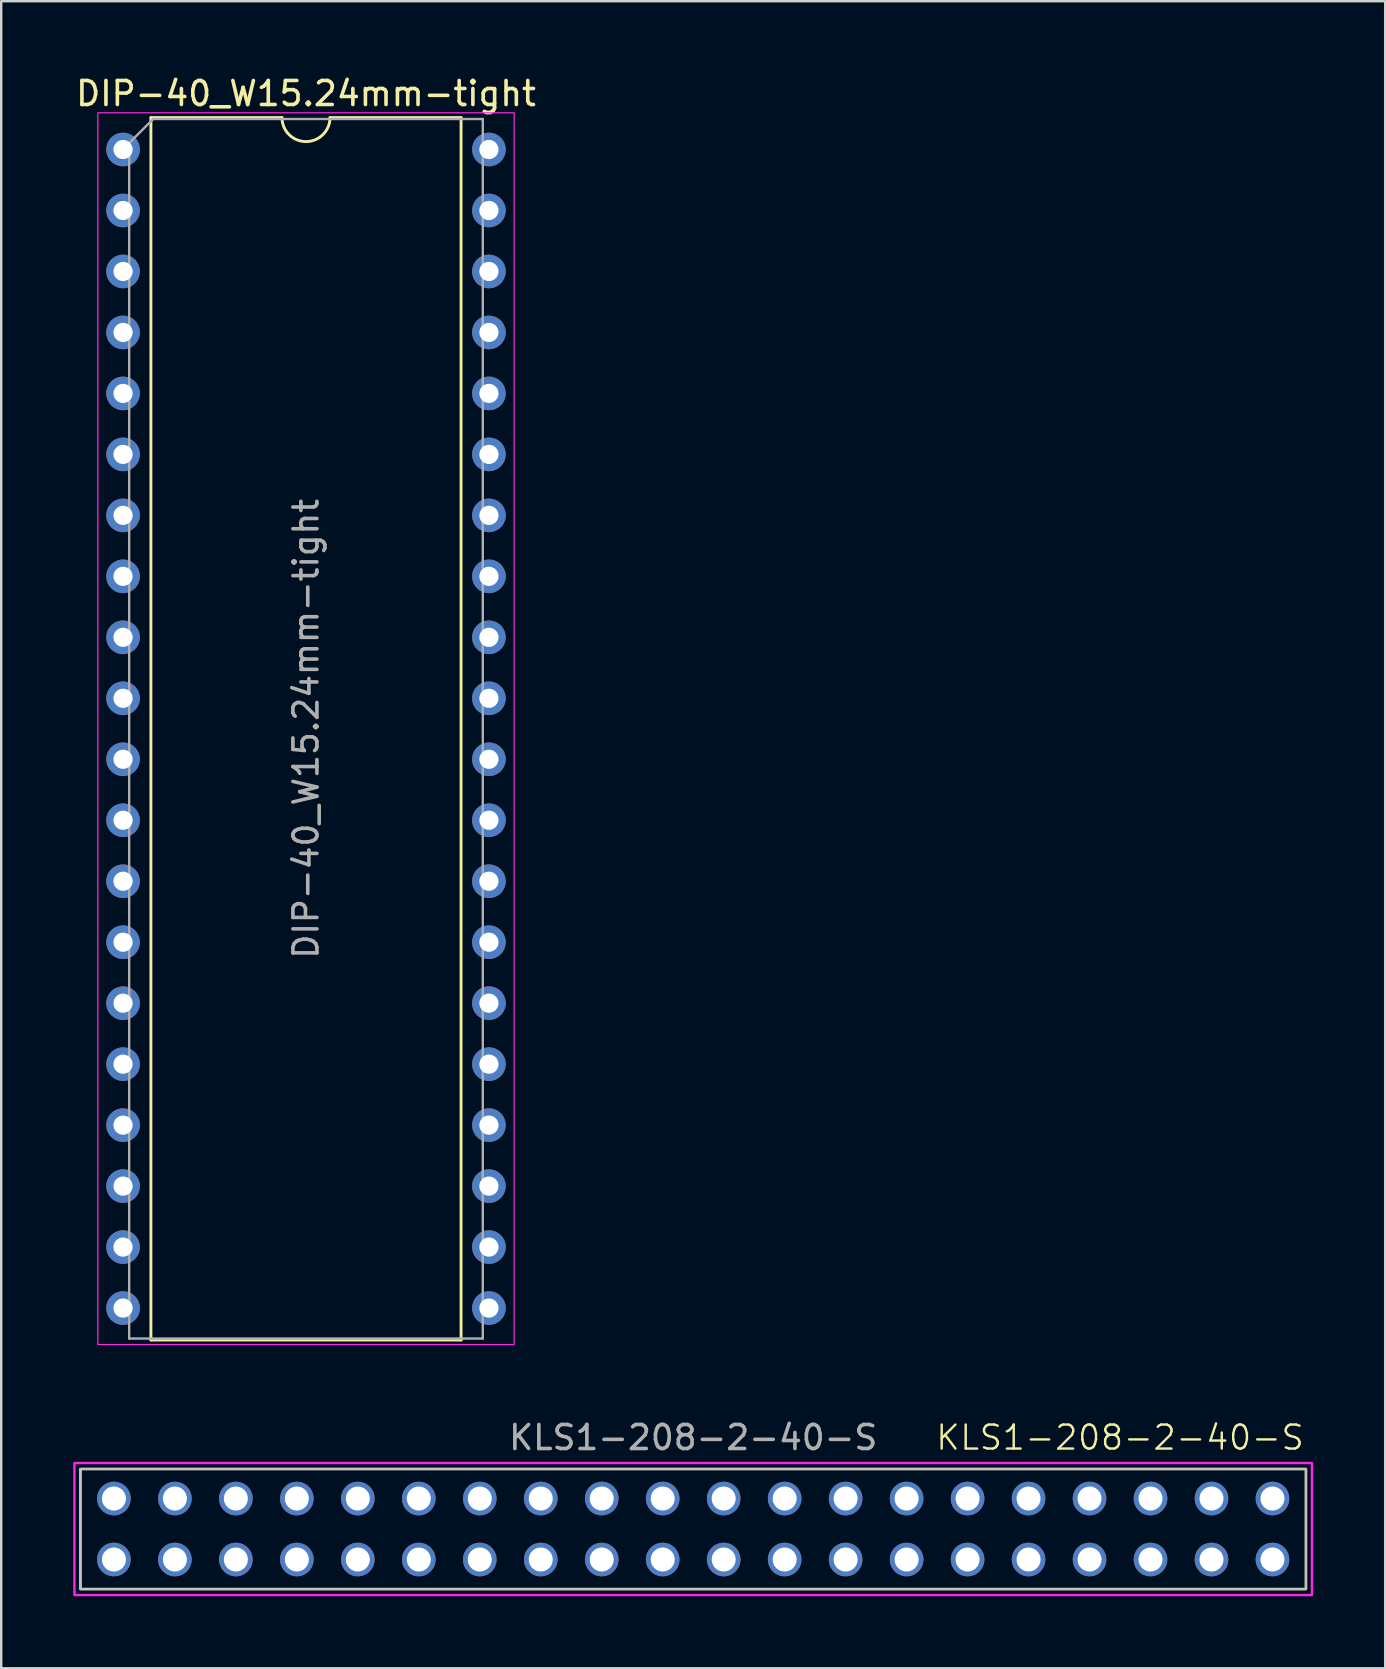
<source format=kicad_pcb>
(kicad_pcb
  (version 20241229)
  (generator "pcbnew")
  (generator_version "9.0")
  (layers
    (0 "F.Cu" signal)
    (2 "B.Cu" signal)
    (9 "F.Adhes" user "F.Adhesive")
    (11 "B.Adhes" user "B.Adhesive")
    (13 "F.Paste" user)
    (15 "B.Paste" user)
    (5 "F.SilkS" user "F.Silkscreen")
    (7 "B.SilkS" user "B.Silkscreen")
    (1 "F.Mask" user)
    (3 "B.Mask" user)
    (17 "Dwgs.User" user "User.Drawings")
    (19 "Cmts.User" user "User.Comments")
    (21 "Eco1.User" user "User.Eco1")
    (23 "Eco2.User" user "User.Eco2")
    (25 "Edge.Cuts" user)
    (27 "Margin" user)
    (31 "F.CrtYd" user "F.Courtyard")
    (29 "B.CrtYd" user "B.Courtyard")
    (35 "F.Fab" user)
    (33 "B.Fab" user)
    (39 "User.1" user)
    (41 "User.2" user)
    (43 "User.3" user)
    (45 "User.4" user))
  (footprint "DIP-40_W15.24mm-tight"
    (layer "F.Cu")
    (at 2.076 3.178)
    (property "Reference" "DIP-40_W15.24mm-tight" (at 7.62 -2.33 0) (layer "F.SilkS") (effects (font (size 1 1) (thickness 0.15))))
    (attr through_hole)
    (fp_line (start 1.16 -1.33) (end 1.16 49.59) (stroke (width 0.12) (type solid)) (layer "F.SilkS"))
    (fp_line (start 1.16 49.59) (end 14.08 49.59) (stroke (width 0.12) (type solid)) (layer "F.SilkS"))
    (fp_line (start 6.62 -1.33) (end 1.16 -1.33) (stroke (width 0.12) (type solid)) (layer "F.SilkS"))
    (fp_line (start 14.08 -1.33) (end 8.62 -1.33) (stroke (width 0.12) (type solid)) (layer "F.SilkS"))
    (fp_line (start 14.08 49.59) (end 14.08 -1.33) (stroke (width 0.12) (type solid)) (layer "F.SilkS"))
    (fp_arc (start 8.62 -1.33) (mid 7.62 -0.33) (end 6.62 -1.33) (stroke (width 0.12) (type solid)) (layer "F.SilkS"))
    (fp_rect (start -1.05 -1.53) (end 16.29 49.78) (stroke (width 0.05) (type solid)) (fill no) (layer "F.CrtYd"))
    (fp_line (start 0.255 -0.27) (end 1.255 -1.27) (stroke (width 0.1) (type solid)) (layer "F.Fab"))
    (fp_line (start 0.255 49.53) (end 0.255 -0.27) (stroke (width 0.1) (type solid)) (layer "F.Fab"))
    (fp_line (start 1.255 -1.27) (end 14.985 -1.27) (stroke (width 0.1) (type solid)) (layer "F.Fab"))
    (fp_line (start 14.985 -1.27) (end 14.985 49.53) (stroke (width 0.1) (type solid)) (layer "F.Fab"))
    (fp_line (start 14.985 49.53) (end 0.255 49.53) (stroke (width 0.1) (type solid)) (layer "F.Fab"))
    (fp_text user "${REFERENCE}" (at 7.62 24.13 90) (layer "F.Fab") (effects (font (size 1 1) (thickness 0.15))))
    (pad "1" thru_hole circle (at 0 0) (size 1.4 1.4) (drill 0.8) (layers "*.Cu" "*.Mask"))
    (pad "2" thru_hole circle (at 0 2.54) (size 1.4 1.4) (drill 0.8) (layers "*.Cu" "*.Mask"))
    (pad "3" thru_hole circle (at 0 5.08) (size 1.4 1.4) (drill 0.8) (layers "*.Cu" "*.Mask"))
    (pad "4" thru_hole circle (at 0 7.62) (size 1.4 1.4) (drill 0.8) (layers "*.Cu" "*.Mask"))
    (pad "5" thru_hole circle (at 0 10.16) (size 1.4 1.4) (drill 0.8) (layers "*.Cu" "*.Mask"))
    (pad "6" thru_hole circle (at 0 12.7) (size 1.4 1.4) (drill 0.8) (layers "*.Cu" "*.Mask"))
    (pad "7" thru_hole circle (at 0 15.24) (size 1.4 1.4) (drill 0.8) (layers "*.Cu" "*.Mask"))
    (pad "8" thru_hole circle (at 0 17.78) (size 1.4 1.4) (drill 0.8) (layers "*.Cu" "*.Mask"))
    (pad "9" thru_hole circle (at 0 20.32) (size 1.4 1.4) (drill 0.8) (layers "*.Cu" "*.Mask"))
    (pad "10" thru_hole circle (at 0 22.86) (size 1.4 1.4) (drill 0.8) (layers "*.Cu" "*.Mask"))
    (pad "11" thru_hole circle (at 0 25.4) (size 1.4 1.4) (drill 0.8) (layers "*.Cu" "*.Mask"))
    (pad "12" thru_hole circle (at 0 27.94) (size 1.4 1.4) (drill 0.8) (layers "*.Cu" "*.Mask"))
    (pad "13" thru_hole circle (at 0 30.48) (size 1.4 1.4) (drill 0.8) (layers "*.Cu" "*.Mask"))
    (pad "14" thru_hole circle (at 0 33.02) (size 1.4 1.4) (drill 0.8) (layers "*.Cu" "*.Mask"))
    (pad "15" thru_hole circle (at 0 35.56) (size 1.4 1.4) (drill 0.8) (layers "*.Cu" "*.Mask"))
    (pad "16" thru_hole circle (at 0 38.1) (size 1.4 1.4) (drill 0.8) (layers "*.Cu" "*.Mask"))
    (pad "17" thru_hole circle (at 0 40.64) (size 1.4 1.4) (drill 0.8) (layers "*.Cu" "*.Mask"))
    (pad "18" thru_hole circle (at 0 43.18) (size 1.4 1.4) (drill 0.8) (layers "*.Cu" "*.Mask"))
    (pad "19" thru_hole circle (at 0 45.72) (size 1.4 1.4) (drill 0.8) (layers "*.Cu" "*.Mask"))
    (pad "20" thru_hole circle (at 0 48.26) (size 1.4 1.4) (drill 0.8) (layers "*.Cu" "*.Mask"))
    (pad "21" thru_hole circle (at 15.24 48.26) (size 1.4 1.4) (drill 0.8) (layers "*.Cu" "*.Mask"))
    (pad "22" thru_hole circle (at 15.24 45.72) (size 1.4 1.4) (drill 0.8) (layers "*.Cu" "*.Mask"))
    (pad "23" thru_hole circle (at 15.24 43.18) (size 1.4 1.4) (drill 0.8) (layers "*.Cu" "*.Mask"))
    (pad "24" thru_hole circle (at 15.24 40.64) (size 1.4 1.4) (drill 0.8) (layers "*.Cu" "*.Mask"))
    (pad "25" thru_hole circle (at 15.24 38.1) (size 1.4 1.4) (drill 0.8) (layers "*.Cu" "*.Mask"))
    (pad "26" thru_hole circle (at 15.24 35.56) (size 1.4 1.4) (drill 0.8) (layers "*.Cu" "*.Mask"))
    (pad "27" thru_hole circle (at 15.24 33.02) (size 1.4 1.4) (drill 0.8) (layers "*.Cu" "*.Mask"))
    (pad "28" thru_hole circle (at 15.24 30.48) (size 1.4 1.4) (drill 0.8) (layers "*.Cu" "*.Mask"))
    (pad "29" thru_hole circle (at 15.24 27.94) (size 1.4 1.4) (drill 0.8) (layers "*.Cu" "*.Mask"))
    (pad "30" thru_hole circle (at 15.24 25.4) (size 1.4 1.4) (drill 0.8) (layers "*.Cu" "*.Mask"))
    (pad "31" thru_hole circle (at 15.24 22.86) (size 1.4 1.4) (drill 0.8) (layers "*.Cu" "*.Mask"))
    (pad "32" thru_hole circle (at 15.24 20.32) (size 1.4 1.4) (drill 0.8) (layers "*.Cu" "*.Mask"))
    (pad "33" thru_hole circle (at 15.24 17.78) (size 1.4 1.4) (drill 0.8) (layers "*.Cu" "*.Mask"))
    (pad "34" thru_hole circle (at 15.24 15.24) (size 1.4 1.4) (drill 0.8) (layers "*.Cu" "*.Mask"))
    (pad "35" thru_hole circle (at 15.24 12.7) (size 1.4 1.4) (drill 0.8) (layers "*.Cu" "*.Mask"))
    (pad "36" thru_hole circle (at 15.24 10.16) (size 1.4 1.4) (drill 0.8) (layers "*.Cu" "*.Mask"))
    (pad "37" thru_hole circle (at 15.24 7.62) (size 1.4 1.4) (drill 0.8) (layers "*.Cu" "*.Mask"))
    (pad "38" thru_hole circle (at 15.24 5.08) (size 1.4 1.4) (drill 0.8) (layers "*.Cu" "*.Mask"))
    (pad "39" thru_hole circle (at 15.24 2.54) (size 1.4 1.4) (drill 0.8) (layers "*.Cu" "*.Mask"))
    (pad "40" thru_hole circle (at 15.24 0) (size 1.4 1.4) (drill 0.8) (layers "*.Cu" "*.Mask")))
  (footprint "KLS1-208-2-40-S"
    (layer "F.Cu")
    (at 25.825 60.642)
    (property "Reference" "KLS1-208-2-40-S" (at 17.78 -3.81 0) (unlocked yes) (layer "F.SilkS") (effects (font (size 1 1) (thickness 0.1))))
    (attr through_hole)
    (fp_rect (start -25.525 -2.5) (end 25.525 2.5) (stroke (width 0.1) (type solid)) (fill no) (layer "F.SilkS"))
    (fp_rect (start -25.525 -2.5) (end 25.525 2.5) (stroke (width 0.1) (type solid)) (fill no) (layer "Dwgs.User"))
    (fp_rect (start -25.775 -2.75) (end 25.775 2.75) (stroke (width 0.1) (type solid)) (fill no) (layer "F.CrtYd"))
    (fp_text user "${REFERENCE}" (at 0 -3.81 0) (unlocked yes) (layer "F.Fab") (effects (font (size 1 1) (thickness 0.15))))
    (pad "a1" thru_hole circle (at -24.13 1.27) (size 1.4 1.4) (drill 1) (layers "*.Cu" "*.Mask"))
    (pad "a2" thru_hole circle (at -21.59 1.27) (size 1.4 1.4) (drill 1) (layers "*.Cu" "*.Mask"))
    (pad "a3" thru_hole circle (at -19.05 1.27) (size 1.4 1.4) (drill 1) (layers "*.Cu" "*.Mask"))
    (pad "a4" thru_hole circle (at -16.51 1.27) (size 1.4 1.4) (drill 1) (layers "*.Cu" "*.Mask"))
    (pad "a5" thru_hole circle (at -13.97 1.27) (size 1.4 1.4) (drill 1) (layers "*.Cu" "*.Mask"))
    (pad "a6" thru_hole circle (at -11.43 1.27) (size 1.4 1.4) (drill 1) (layers "*.Cu" "*.Mask"))
    (pad "a7" thru_hole circle (at -8.89 1.27) (size 1.4 1.4) (drill 1) (layers "*.Cu" "*.Mask"))
    (pad "a8" thru_hole circle (at -6.35 1.27) (size 1.4 1.4) (drill 1) (layers "*.Cu" "*.Mask"))
    (pad "a9" thru_hole circle (at -3.81 1.27) (size 1.4 1.4) (drill 1) (layers "*.Cu" "*.Mask"))
    (pad "a10" thru_hole circle (at -1.27 1.27) (size 1.4 1.4) (drill 1) (layers "*.Cu" "*.Mask"))
    (pad "a11" thru_hole circle (at 1.27 1.27) (size 1.4 1.4) (drill 1) (layers "*.Cu" "*.Mask"))
    (pad "a12" thru_hole circle (at 3.81 1.27) (size 1.4 1.4) (drill 1) (layers "*.Cu" "*.Mask"))
    (pad "a13" thru_hole circle (at 6.35 1.27) (size 1.4 1.4) (drill 1) (layers "*.Cu" "*.Mask"))
    (pad "a14" thru_hole circle (at 8.89 1.27) (size 1.4 1.4) (drill 1) (layers "*.Cu" "*.Mask"))
    (pad "a15" thru_hole circle (at 11.43 1.27) (size 1.4 1.4) (drill 1) (layers "*.Cu" "*.Mask"))
    (pad "a16" thru_hole circle (at 13.97 1.27) (size 1.4 1.4) (drill 1) (layers "*.Cu" "*.Mask"))
    (pad "a17" thru_hole circle (at 16.51 1.27) (size 1.4 1.4) (drill 1) (layers "*.Cu" "*.Mask"))
    (pad "a18" thru_hole circle (at 19.05 1.27) (size 1.4 1.4) (drill 1) (layers "*.Cu" "*.Mask"))
    (pad "a19" thru_hole circle (at 21.59 1.27) (size 1.4 1.4) (drill 1) (layers "*.Cu" "*.Mask"))
    (pad "a20" thru_hole circle (at 24.13 1.27) (size 1.4 1.4) (drill 1) (layers "*.Cu" "*.Mask"))
    (pad "b1" thru_hole circle (at -24.13 -1.27) (size 1.4 1.4) (drill 1) (layers "*.Cu" "*.Mask"))
    (pad "b2" thru_hole circle (at -21.59 -1.27) (size 1.4 1.4) (drill 1) (layers "*.Cu" "*.Mask"))
    (pad "b3" thru_hole circle (at -19.05 -1.27) (size 1.4 1.4) (drill 1) (layers "*.Cu" "*.Mask"))
    (pad "b4" thru_hole circle (at -16.51 -1.27) (size 1.4 1.4) (drill 1) (layers "*.Cu" "*.Mask"))
    (pad "b5" thru_hole circle (at -13.97 -1.27) (size 1.4 1.4) (drill 1) (layers "*.Cu" "*.Mask"))
    (pad "b6" thru_hole circle (at -11.43 -1.27) (size 1.4 1.4) (drill 1) (layers "*.Cu" "*.Mask"))
    (pad "b7" thru_hole circle (at -8.89 -1.27) (size 1.4 1.4) (drill 1) (layers "*.Cu" "*.Mask"))
    (pad "b8" thru_hole circle (at -6.35 -1.27) (size 1.4 1.4) (drill 1) (layers "*.Cu" "*.Mask"))
    (pad "b9" thru_hole circle (at -3.81 -1.27) (size 1.4 1.4) (drill 1) (layers "*.Cu" "*.Mask"))
    (pad "b10" thru_hole circle (at -1.27 -1.27) (size 1.4 1.4) (drill 1) (layers "*.Cu" "*.Mask"))
    (pad "b11" thru_hole circle (at 1.27 -1.27) (size 1.4 1.4) (drill 1) (layers "*.Cu" "*.Mask"))
    (pad "b12" thru_hole circle (at 3.81 -1.27) (size 1.4 1.4) (drill 1) (layers "*.Cu" "*.Mask"))
    (pad "b13" thru_hole circle (at 6.35 -1.27) (size 1.4 1.4) (drill 1) (layers "*.Cu" "*.Mask"))
    (pad "b14" thru_hole circle (at 8.89 -1.27) (size 1.4 1.4) (drill 1) (layers "*.Cu" "*.Mask"))
    (pad "b15" thru_hole circle (at 11.43 -1.27) (size 1.4 1.4) (drill 1) (layers "*.Cu" "*.Mask"))
    (pad "b16" thru_hole circle (at 13.97 -1.27) (size 1.4 1.4) (drill 1) (layers "*.Cu" "*.Mask"))
    (pad "b17" thru_hole circle (at 16.51 -1.27) (size 1.4 1.4) (drill 1) (layers "*.Cu" "*.Mask"))
    (pad "b18" thru_hole circle (at 19.05 -1.27) (size 1.4 1.4) (drill 1) (layers "*.Cu" "*.Mask"))
    (pad "b19" thru_hole circle (at 21.59 -1.27) (size 1.4 1.4) (drill 1) (layers "*.Cu" "*.Mask"))
    (pad "b20" thru_hole circle (at 24.13 -1.27) (size 1.4 1.4) (drill 1) (layers "*.Cu" "*.Mask")))
  (gr_rect
    (start -3 -3)
    (end 54.65 66.442)
    (stroke (width 0.1) (type default))
    (fill no)
    (layer "Edge.Cuts")))
</source>
